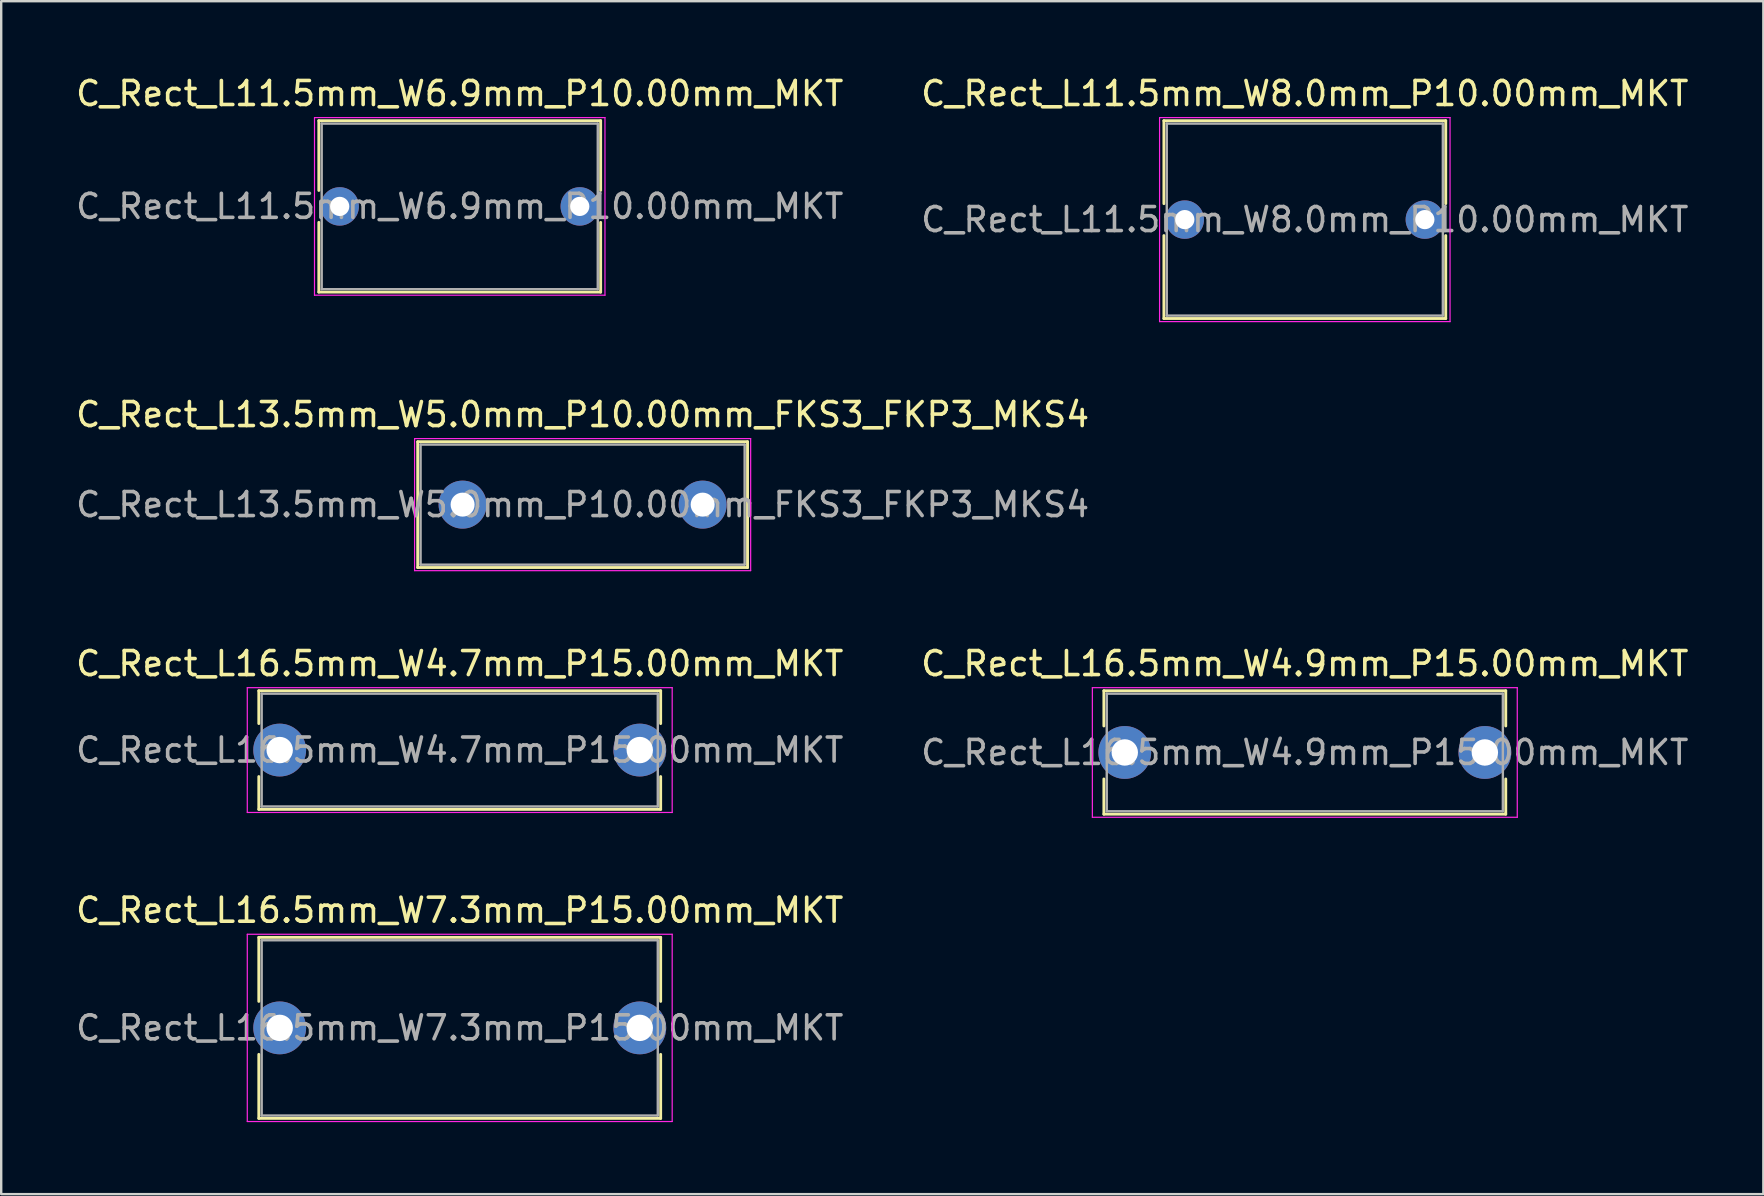
<source format=kicad_pcb>
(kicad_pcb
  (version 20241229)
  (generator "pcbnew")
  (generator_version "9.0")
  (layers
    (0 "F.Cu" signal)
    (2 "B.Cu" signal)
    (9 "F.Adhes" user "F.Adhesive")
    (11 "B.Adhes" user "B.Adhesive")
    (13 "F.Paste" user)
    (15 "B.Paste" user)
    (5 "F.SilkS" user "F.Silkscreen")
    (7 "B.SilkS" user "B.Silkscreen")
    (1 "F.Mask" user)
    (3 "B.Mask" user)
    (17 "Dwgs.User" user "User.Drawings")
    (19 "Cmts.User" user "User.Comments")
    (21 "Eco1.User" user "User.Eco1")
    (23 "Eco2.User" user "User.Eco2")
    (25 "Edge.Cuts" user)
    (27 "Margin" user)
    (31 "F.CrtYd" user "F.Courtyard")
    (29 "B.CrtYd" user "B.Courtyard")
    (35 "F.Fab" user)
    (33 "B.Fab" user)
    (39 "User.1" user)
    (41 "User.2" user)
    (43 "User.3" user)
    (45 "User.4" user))
  (footprint "C_Rect_L11.5mm_W8.0mm_P10.00mm_MKT"
    (layer "F.Cu")
    (at 46.304 6.098)
    (property "Reference" "C_Rect_L11.5mm_W8.0mm_P10.00mm_MKT" (at 5 -5.25 0) (layer "F.SilkS") (effects (font (size 1 1) (thickness 0.15))))
    (attr through_hole)
    (fp_line (start -0.87 -4.12) (end -0.87 -0.665) (stroke (width 0.12) (type solid)) (layer "F.SilkS"))
    (fp_line (start -0.87 -4.12) (end 10.87 -4.12) (stroke (width 0.12) (type solid)) (layer "F.SilkS"))
    (fp_line (start -0.87 0.665) (end -0.87 4.12) (stroke (width 0.12) (type solid)) (layer "F.SilkS"))
    (fp_line (start -0.87 4.12) (end 10.87 4.12) (stroke (width 0.12) (type solid)) (layer "F.SilkS"))
    (fp_line (start 10.87 -4.12) (end 10.87 -0.665) (stroke (width 0.12) (type solid)) (layer "F.SilkS"))
    (fp_line (start 10.87 0.665) (end 10.87 4.12) (stroke (width 0.12) (type solid)) (layer "F.SilkS"))
    (fp_line (start -1.05 -4.25) (end -1.05 4.25) (stroke (width 0.05) (type solid)) (layer "F.CrtYd"))
    (fp_line (start -1.05 4.25) (end 11.05 4.25) (stroke (width 0.05) (type solid)) (layer "F.CrtYd"))
    (fp_line (start 11.05 -4.25) (end -1.05 -4.25) (stroke (width 0.05) (type solid)) (layer "F.CrtYd"))
    (fp_line (start 11.05 4.25) (end 11.05 -4.25) (stroke (width 0.05) (type solid)) (layer "F.CrtYd"))
    (fp_line (start -0.75 -4) (end -0.75 4) (stroke (width 0.1) (type solid)) (layer "F.Fab"))
    (fp_line (start -0.75 4) (end 10.75 4) (stroke (width 0.1) (type solid)) (layer "F.Fab"))
    (fp_line (start 10.75 -4) (end -0.75 -4) (stroke (width 0.1) (type solid)) (layer "F.Fab"))
    (fp_line (start 10.75 4) (end 10.75 -4) (stroke (width 0.1) (type solid)) (layer "F.Fab"))
    (fp_text user "${REFERENCE}" (at 5 0 0) (layer "F.Fab") (effects (font (size 1 1) (thickness 0.15))))
    (pad "1" thru_hole circle (at 0 0) (size 1.6 1.6) (drill 0.8) (layers "*.Cu" "*.Mask"))
    (pad "2" thru_hole circle (at 10 0) (size 1.6 1.6) (drill 0.8) (layers "*.Cu" "*.Mask")))
  (footprint "C_Rect_L16.5mm_W4.9mm_P15.00mm_MKT"
    (layer "F.Cu")
    (at 43.804 28.295)
    (property "Reference" "C_Rect_L16.5mm_W4.9mm_P15.00mm_MKT" (at 7.5 -3.7 0) (layer "F.SilkS") (effects (font (size 1 1) (thickness 0.15))))
    (attr through_hole)
    (fp_line (start -0.87 -2.571) (end -0.87 -1.104) (stroke (width 0.12) (type solid)) (layer "F.SilkS"))
    (fp_line (start -0.87 -2.571) (end 15.87 -2.571) (stroke (width 0.12) (type solid)) (layer "F.SilkS"))
    (fp_line (start -0.87 1.104) (end -0.87 2.571) (stroke (width 0.12) (type solid)) (layer "F.SilkS"))
    (fp_line (start -0.87 2.571) (end 15.87 2.571) (stroke (width 0.12) (type solid)) (layer "F.SilkS"))
    (fp_line (start 15.87 -2.571) (end 15.87 -1.104) (stroke (width 0.12) (type solid)) (layer "F.SilkS"))
    (fp_line (start 15.87 1.104) (end 15.87 2.571) (stroke (width 0.12) (type solid)) (layer "F.SilkS"))
    (fp_line (start -1.35 -2.7) (end -1.35 2.7) (stroke (width 0.05) (type solid)) (layer "F.CrtYd"))
    (fp_line (start -1.35 2.7) (end 16.35 2.7) (stroke (width 0.05) (type solid)) (layer "F.CrtYd"))
    (fp_line (start 16.35 -2.7) (end -1.35 -2.7) (stroke (width 0.05) (type solid)) (layer "F.CrtYd"))
    (fp_line (start 16.35 2.7) (end 16.35 -2.7) (stroke (width 0.05) (type solid)) (layer "F.CrtYd"))
    (fp_line (start -0.75 -2.45) (end -0.75 2.45) (stroke (width 0.1) (type solid)) (layer "F.Fab"))
    (fp_line (start -0.75 2.45) (end 15.75 2.45) (stroke (width 0.1) (type solid)) (layer "F.Fab"))
    (fp_line (start 15.75 -2.45) (end -0.75 -2.45) (stroke (width 0.1) (type solid)) (layer "F.Fab"))
    (fp_line (start 15.75 2.45) (end 15.75 -2.45) (stroke (width 0.1) (type solid)) (layer "F.Fab"))
    (fp_text user "${REFERENCE}" (at 7.5 0 0) (layer "F.Fab") (effects (font (size 1 1) (thickness 0.15))))
    (pad "1" thru_hole circle (at 0 0) (size 2.2 2.2) (drill 1.1) (layers "*.Cu" "*.Mask"))
    (pad "2" thru_hole circle (at 15 0) (size 2.2 2.2) (drill 1.1) (layers "*.Cu" "*.Mask")))
  (footprint "C_Rect_L11.5mm_W6.9mm_P10.00mm_MKT"
    (layer "F.Cu")
    (at 11.101 5.548)
    (property "Reference" "C_Rect_L11.5mm_W6.9mm_P10.00mm_MKT" (at 5 -4.7 0) (layer "F.SilkS") (effects (font (size 1 1) (thickness 0.15))))
    (attr through_hole)
    (fp_line (start -0.87 -3.57) (end -0.87 -0.665) (stroke (width 0.12) (type solid)) (layer "F.SilkS"))
    (fp_line (start -0.87 -3.57) (end 10.87 -3.57) (stroke (width 0.12) (type solid)) (layer "F.SilkS"))
    (fp_line (start -0.87 0.665) (end -0.87 3.57) (stroke (width 0.12) (type solid)) (layer "F.SilkS"))
    (fp_line (start -0.87 3.57) (end 10.87 3.57) (stroke (width 0.12) (type solid)) (layer "F.SilkS"))
    (fp_line (start 10.87 -3.57) (end 10.87 -0.665) (stroke (width 0.12) (type solid)) (layer "F.SilkS"))
    (fp_line (start 10.87 0.665) (end 10.87 3.57) (stroke (width 0.12) (type solid)) (layer "F.SilkS"))
    (fp_line (start -1.05 -3.7) (end -1.05 3.7) (stroke (width 0.05) (type solid)) (layer "F.CrtYd"))
    (fp_line (start -1.05 3.7) (end 11.05 3.7) (stroke (width 0.05) (type solid)) (layer "F.CrtYd"))
    (fp_line (start 11.05 -3.7) (end -1.05 -3.7) (stroke (width 0.05) (type solid)) (layer "F.CrtYd"))
    (fp_line (start 11.05 3.7) (end 11.05 -3.7) (stroke (width 0.05) (type solid)) (layer "F.CrtYd"))
    (fp_line (start -0.75 -3.45) (end -0.75 3.45) (stroke (width 0.1) (type solid)) (layer "F.Fab"))
    (fp_line (start -0.75 3.45) (end 10.75 3.45) (stroke (width 0.1) (type solid)) (layer "F.Fab"))
    (fp_line (start 10.75 -3.45) (end -0.75 -3.45) (stroke (width 0.1) (type solid)) (layer "F.Fab"))
    (fp_line (start 10.75 3.45) (end 10.75 -3.45) (stroke (width 0.1) (type solid)) (layer "F.Fab"))
    (fp_text user "${REFERENCE}" (at 5 0 0) (layer "F.Fab") (effects (font (size 1 1) (thickness 0.15))))
    (pad "1" thru_hole circle (at 0 0) (size 1.6 1.6) (drill 0.8) (layers "*.Cu" "*.Mask"))
    (pad "2" thru_hole circle (at 10 0) (size 1.6 1.6) (drill 0.8) (layers "*.Cu" "*.Mask")))
  (footprint "C_Rect_L16.5mm_W4.7mm_P15.00mm_MKT"
    (layer "F.Cu")
    (at 8.601 28.195)
    (property "Reference" "C_Rect_L16.5mm_W4.7mm_P15.00mm_MKT" (at 7.5 -3.6 0) (layer "F.SilkS") (effects (font (size 1 1) (thickness 0.15))))
    (attr through_hole)
    (fp_line (start -0.87 -2.47) (end -0.87 -1.104) (stroke (width 0.12) (type solid)) (layer "F.SilkS"))
    (fp_line (start -0.87 -2.47) (end 15.87 -2.47) (stroke (width 0.12) (type solid)) (layer "F.SilkS"))
    (fp_line (start -0.87 1.104) (end -0.87 2.47) (stroke (width 0.12) (type solid)) (layer "F.SilkS"))
    (fp_line (start -0.87 2.47) (end 15.87 2.47) (stroke (width 0.12) (type solid)) (layer "F.SilkS"))
    (fp_line (start 15.87 -2.47) (end 15.87 -1.104) (stroke (width 0.12) (type solid)) (layer "F.SilkS"))
    (fp_line (start 15.87 1.104) (end 15.87 2.47) (stroke (width 0.12) (type solid)) (layer "F.SilkS"))
    (fp_line (start -1.35 -2.6) (end -1.35 2.6) (stroke (width 0.05) (type solid)) (layer "F.CrtYd"))
    (fp_line (start -1.35 2.6) (end 16.35 2.6) (stroke (width 0.05) (type solid)) (layer "F.CrtYd"))
    (fp_line (start 16.35 -2.6) (end -1.35 -2.6) (stroke (width 0.05) (type solid)) (layer "F.CrtYd"))
    (fp_line (start 16.35 2.6) (end 16.35 -2.6) (stroke (width 0.05) (type solid)) (layer "F.CrtYd"))
    (fp_line (start -0.75 -2.35) (end -0.75 2.35) (stroke (width 0.1) (type solid)) (layer "F.Fab"))
    (fp_line (start -0.75 2.35) (end 15.75 2.35) (stroke (width 0.1) (type solid)) (layer "F.Fab"))
    (fp_line (start 15.75 -2.35) (end -0.75 -2.35) (stroke (width 0.1) (type solid)) (layer "F.Fab"))
    (fp_line (start 15.75 2.35) (end 15.75 -2.35) (stroke (width 0.1) (type solid)) (layer "F.Fab"))
    (fp_text user "${REFERENCE}" (at 7.5 0 0) (layer "F.Fab") (effects (font (size 1 1) (thickness 0.15))))
    (pad "1" thru_hole circle (at 0 0) (size 2.2 2.2) (drill 1.1) (layers "*.Cu" "*.Mask"))
    (pad "2" thru_hole circle (at 15 0) (size 2.2 2.2) (drill 1.1) (layers "*.Cu" "*.Mask")))
  (footprint "C_Rect_L13.5mm_W5.0mm_P10.00mm_FKS3_FKP3_MKS4"
    (layer "F.Cu")
    (at 16.22 17.971)
    (property "Reference" "C_Rect_L13.5mm_W5.0mm_P10.00mm_FKS3_FKP3_MKS4" (at 5 -3.75 0) (layer "F.SilkS") (effects (font (size 1 1) (thickness 0.15))))
    (attr through_hole)
    (fp_line (start -1.87 -2.62) (end -1.87 2.62) (stroke (width 0.12) (type solid)) (layer "F.SilkS"))
    (fp_line (start -1.87 -2.62) (end 11.87 -2.62) (stroke (width 0.12) (type solid)) (layer "F.SilkS"))
    (fp_line (start -1.87 2.62) (end 11.87 2.62) (stroke (width 0.12) (type solid)) (layer "F.SilkS"))
    (fp_line (start 11.87 -2.62) (end 11.87 2.62) (stroke (width 0.12) (type solid)) (layer "F.SilkS"))
    (fp_line (start -2 -2.75) (end -2 2.75) (stroke (width 0.05) (type solid)) (layer "F.CrtYd"))
    (fp_line (start -2 2.75) (end 12 2.75) (stroke (width 0.05) (type solid)) (layer "F.CrtYd"))
    (fp_line (start 12 -2.75) (end -2 -2.75) (stroke (width 0.05) (type solid)) (layer "F.CrtYd"))
    (fp_line (start 12 2.75) (end 12 -2.75) (stroke (width 0.05) (type solid)) (layer "F.CrtYd"))
    (fp_line (start -1.75 -2.5) (end -1.75 2.5) (stroke (width 0.1) (type solid)) (layer "F.Fab"))
    (fp_line (start -1.75 2.5) (end 11.75 2.5) (stroke (width 0.1) (type solid)) (layer "F.Fab"))
    (fp_line (start 11.75 -2.5) (end -1.75 -2.5) (stroke (width 0.1) (type solid)) (layer "F.Fab"))
    (fp_line (start 11.75 2.5) (end 11.75 -2.5) (stroke (width 0.1) (type solid)) (layer "F.Fab"))
    (fp_text user "${REFERENCE}" (at 5 0 0) (layer "F.Fab") (effects (font (size 1 1) (thickness 0.15))))
    (pad "1" thru_hole circle (at 0 0) (size 2 2) (drill 1) (layers "*.Cu" "*.Mask"))
    (pad "2" thru_hole circle (at 10 0) (size 2 2) (drill 1) (layers "*.Cu" "*.Mask")))
  (footprint "C_Rect_L16.5mm_W7.3mm_P15.00mm_MKT"
    (layer "F.Cu")
    (at 8.601 39.768)
    (property "Reference" "C_Rect_L16.5mm_W7.3mm_P15.00mm_MKT" (at 7.5 -4.9 0) (layer "F.SilkS") (effects (font (size 1 1) (thickness 0.15))))
    (attr through_hole)
    (fp_line (start -0.87 -3.77) (end -0.87 -1.104) (stroke (width 0.12) (type solid)) (layer "F.SilkS"))
    (fp_line (start -0.87 -3.77) (end 15.87 -3.77) (stroke (width 0.12) (type solid)) (layer "F.SilkS"))
    (fp_line (start -0.87 1.104) (end -0.87 3.77) (stroke (width 0.12) (type solid)) (layer "F.SilkS"))
    (fp_line (start -0.87 3.77) (end 15.87 3.77) (stroke (width 0.12) (type solid)) (layer "F.SilkS"))
    (fp_line (start 15.87 -3.77) (end 15.87 -1.104) (stroke (width 0.12) (type solid)) (layer "F.SilkS"))
    (fp_line (start 15.87 1.104) (end 15.87 3.77) (stroke (width 0.12) (type solid)) (layer "F.SilkS"))
    (fp_line (start -1.35 -3.9) (end -1.35 3.9) (stroke (width 0.05) (type solid)) (layer "F.CrtYd"))
    (fp_line (start -1.35 3.9) (end 16.35 3.9) (stroke (width 0.05) (type solid)) (layer "F.CrtYd"))
    (fp_line (start 16.35 -3.9) (end -1.35 -3.9) (stroke (width 0.05) (type solid)) (layer "F.CrtYd"))
    (fp_line (start 16.35 3.9) (end 16.35 -3.9) (stroke (width 0.05) (type solid)) (layer "F.CrtYd"))
    (fp_line (start -0.75 -3.65) (end -0.75 3.65) (stroke (width 0.1) (type solid)) (layer "F.Fab"))
    (fp_line (start -0.75 3.65) (end 15.75 3.65) (stroke (width 0.1) (type solid)) (layer "F.Fab"))
    (fp_line (start 15.75 -3.65) (end -0.75 -3.65) (stroke (width 0.1) (type solid)) (layer "F.Fab"))
    (fp_line (start 15.75 3.65) (end 15.75 -3.65) (stroke (width 0.1) (type solid)) (layer "F.Fab"))
    (fp_text user "${REFERENCE}" (at 7.5 0 0) (layer "F.Fab") (effects (font (size 1 1) (thickness 0.15))))
    (pad "1" thru_hole circle (at 0 0) (size 2.2 2.2) (drill 1.1) (layers "*.Cu" "*.Mask"))
    (pad "2" thru_hole circle (at 15 0) (size 2.2 2.2) (drill 1.1) (layers "*.Cu" "*.Mask")))
  (gr_rect
    (start -3 -3)
    (end 70.405 46.693)
    (stroke (width 0.1) (type default))
    (fill no)
    (layer "Edge.Cuts")))
</source>
